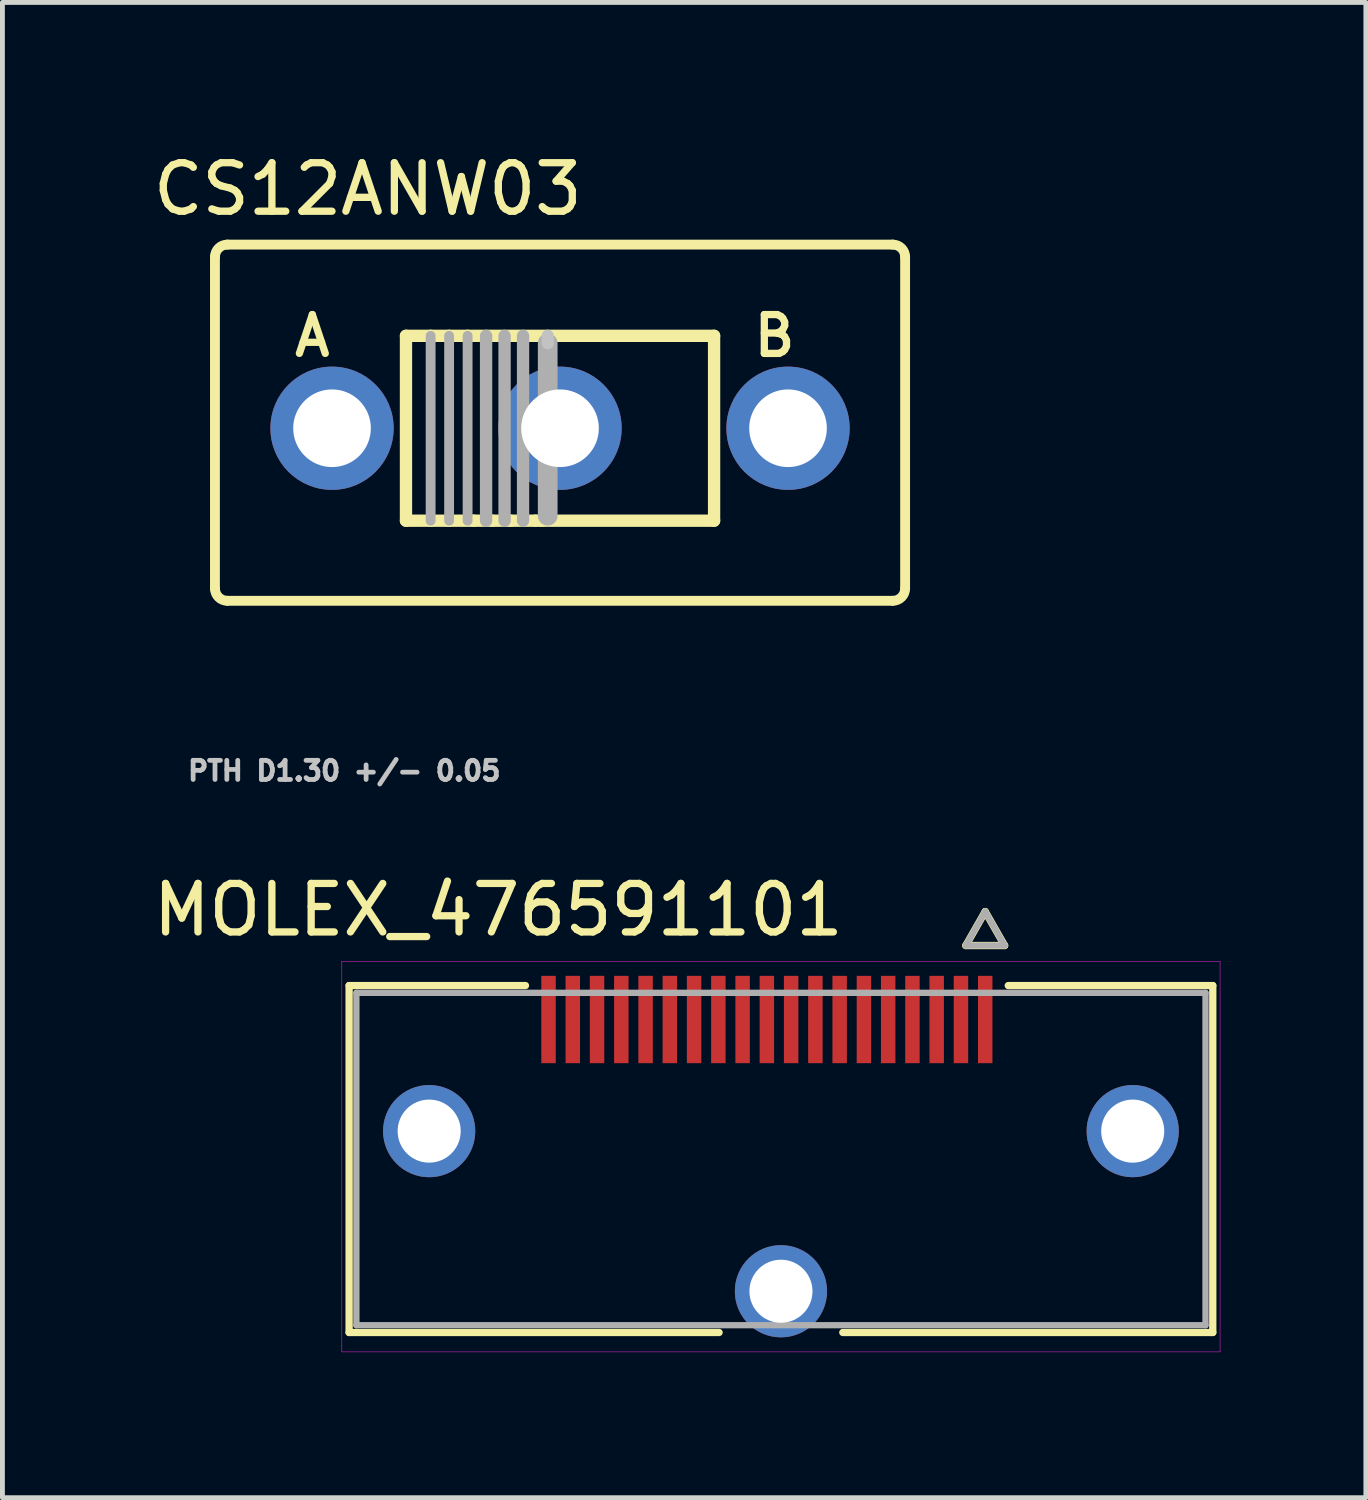
<source format=kicad_pcb>
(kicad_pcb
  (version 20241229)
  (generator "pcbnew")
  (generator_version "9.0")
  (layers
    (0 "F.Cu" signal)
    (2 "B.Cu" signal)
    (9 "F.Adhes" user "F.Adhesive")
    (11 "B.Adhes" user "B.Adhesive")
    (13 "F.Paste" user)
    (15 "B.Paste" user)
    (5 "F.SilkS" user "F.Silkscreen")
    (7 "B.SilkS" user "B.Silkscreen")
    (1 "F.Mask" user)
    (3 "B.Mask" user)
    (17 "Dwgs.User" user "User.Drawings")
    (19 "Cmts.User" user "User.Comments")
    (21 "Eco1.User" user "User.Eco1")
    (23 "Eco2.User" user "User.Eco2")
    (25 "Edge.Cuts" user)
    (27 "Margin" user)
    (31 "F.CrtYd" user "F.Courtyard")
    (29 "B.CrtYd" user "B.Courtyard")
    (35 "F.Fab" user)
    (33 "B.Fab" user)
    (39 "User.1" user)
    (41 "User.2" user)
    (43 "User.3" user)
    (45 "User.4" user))
  (footprint "MOLEX_476591101"
    (layer "F.Cu")
    (at 13.045 20.837)
    (property "Reference" "MOLEX_476591101" (at -5.825 -5.135 0) (layer "F.SilkS") (effects (font (size 1 1) (thickness 0.15))))
    (attr smd)
    (fp_circle (center -7.25 -0.575) (end -6.743 -0.575) (stroke (width 1.014) (type solid)) (fill no) (layer "F.Mask"))
    (fp_circle (center 0 2.725) (end 0.507 2.725) (stroke (width 1.014) (type solid)) (fill no) (layer "F.Mask"))
    (fp_circle (center 7.25 -0.575) (end 7.757 -0.575) (stroke (width 1.014) (type solid)) (fill no) (layer "F.Mask"))
    (fp_poly (pts (xy -5.003 -3.838) (xy -4.577 -3.838) (xy -4.577 -1.911) (xy -5.003 -1.911)) (stroke (width 0.01) (type solid)) (fill yes) (layer "F.Mask"))
    (fp_poly (pts (xy -4.503 -3.838) (xy -4.077 -3.838) (xy -4.077 -1.911) (xy -4.503 -1.911)) (stroke (width 0.01) (type solid)) (fill yes) (layer "F.Mask"))
    (fp_poly (pts (xy -4.003 -3.838) (xy -3.578 -3.838) (xy -3.578 -1.911) (xy -4.003 -1.911)) (stroke (width 0.01) (type solid)) (fill yes) (layer "F.Mask"))
    (fp_poly (pts (xy -3.502 -3.838) (xy -3.078 -3.838) (xy -3.078 -1.911) (xy -3.502 -1.911)) (stroke (width 0.01) (type solid)) (fill yes) (layer "F.Mask"))
    (fp_poly (pts (xy -3.002 -3.838) (xy -2.578 -3.838) (xy -2.578 -1.911) (xy -3.002 -1.911)) (stroke (width 0.01) (type solid)) (fill yes) (layer "F.Mask"))
    (fp_poly (pts (xy -2.502 -3.838) (xy -2.078 -3.838) (xy -2.078 -1.911) (xy -2.502 -1.911)) (stroke (width 0.01) (type solid)) (fill yes) (layer "F.Mask"))
    (fp_poly (pts (xy -2.002 -3.838) (xy -1.577 -3.838) (xy -1.577 -1.911) (xy -2.002 -1.911)) (stroke (width 0.01) (type solid)) (fill yes) (layer "F.Mask"))
    (fp_poly (pts (xy -1.502 -3.838) (xy -1.077 -3.838) (xy -1.077 -1.911) (xy -1.502 -1.911)) (stroke (width 0.01) (type solid)) (fill yes) (layer "F.Mask"))
    (fp_poly (pts (xy -1.002 -3.838) (xy -0.578 -3.838) (xy -0.578 -1.911) (xy -1.002 -1.911)) (stroke (width 0.01) (type solid)) (fill yes) (layer "F.Mask"))
    (fp_poly (pts (xy -0.502 -3.838) (xy -0.077 -3.838) (xy -0.077 -1.911) (xy -0.502 -1.911)) (stroke (width 0.01) (type solid)) (fill yes) (layer "F.Mask"))
    (fp_poly (pts (xy -0.003 -3.838) (xy 0.422 -3.838) (xy 0.422 -1.911) (xy -0.003 -1.911)) (stroke (width 0.01) (type solid)) (fill yes) (layer "F.Mask"))
    (fp_poly (pts (xy 0.497 -3.838) (xy 0.922 -3.838) (xy 0.922 -1.911) (xy 0.497 -1.911)) (stroke (width 0.01) (type solid)) (fill yes) (layer "F.Mask"))
    (fp_poly (pts (xy 0.998 -3.838) (xy 1.423 -3.838) (xy 1.423 -1.911) (xy 0.998 -1.911)) (stroke (width 0.01) (type solid)) (fill yes) (layer "F.Mask"))
    (fp_poly (pts (xy 1.498 -3.838) (xy 1.923 -3.838) (xy 1.923 -1.911) (xy 1.498 -1.911)) (stroke (width 0.01) (type solid)) (fill yes) (layer "F.Mask"))
    (fp_poly (pts (xy 1.998 -3.838) (xy 2.422 -3.838) (xy 2.422 -1.911) (xy 1.998 -1.911)) (stroke (width 0.01) (type solid)) (fill yes) (layer "F.Mask"))
    (fp_poly (pts (xy 2.498 -3.838) (xy 2.922 -3.838) (xy 2.922 -1.911) (xy 2.498 -1.911)) (stroke (width 0.01) (type solid)) (fill yes) (layer "F.Mask"))
    (fp_poly (pts (xy 2.998 -3.838) (xy 3.422 -3.838) (xy 3.422 -1.911) (xy 2.998 -1.911)) (stroke (width 0.01) (type solid)) (fill yes) (layer "F.Mask"))
    (fp_poly (pts (xy 3.498 -3.838) (xy 3.922 -3.838) (xy 3.922 -1.911) (xy 3.498 -1.911)) (stroke (width 0.01) (type solid)) (fill yes) (layer "F.Mask"))
    (fp_poly (pts (xy 3.998 -3.838) (xy 4.423 -3.838) (xy 4.423 -1.911) (xy 3.998 -1.911)) (stroke (width 0.01) (type solid)) (fill yes) (layer "F.Mask"))
    (fp_circle (center -7.25 -0.575) (end -6.743 -0.575) (stroke (width 1.014) (type solid)) (fill no) (layer "B.Mask"))
    (fp_circle (center 0 2.725) (end 0.507 2.725) (stroke (width 1.014) (type solid)) (fill no) (layer "B.Mask"))
    (fp_circle (center 7.25 -0.575) (end 7.757 -0.575) (stroke (width 1.014) (type solid)) (fill no) (layer "B.Mask"))
    (fp_line (start -8.9 -3.575) (end -8.9 3.575) (stroke (width 0.15) (type solid)) (layer "F.SilkS"))
    (fp_line (start -8.9 3.575) (end -1.275 3.575) (stroke (width 0.15) (type solid)) (layer "F.SilkS"))
    (fp_line (start -5.265 -3.575) (end -8.9 -3.575) (stroke (width 0.15) (type solid)) (layer "F.SilkS"))
    (fp_line (start 1.275 3.575) (end 8.9 3.575) (stroke (width 0.15) (type solid)) (layer "F.SilkS"))
    (fp_line (start 3.81 -4.4) (end 4.61 -4.4) (stroke (width 0.15) (type solid)) (layer "F.SilkS"))
    (fp_line (start 4.21 -5.1) (end 3.81 -4.4) (stroke (width 0.15) (type solid)) (layer "F.SilkS"))
    (fp_line (start 4.61 -4.4) (end 4.21 -5.1) (stroke (width 0.15) (type solid)) (layer "F.SilkS"))
    (fp_line (start 8.9 -3.575) (end 4.685 -3.575) (stroke (width 0.15) (type solid)) (layer "F.SilkS"))
    (fp_line (start 8.9 3.575) (end 8.9 -3.575) (stroke (width 0.15) (type solid)) (layer "F.SilkS"))
    (fp_line (start -9.05 -4.075) (end -9.05 3.975) (stroke (width 0.01) (type solid)) (layer "F.CrtYd"))
    (fp_line (start -9.05 3.975) (end 9.05 3.975) (stroke (width 0.01) (type solid)) (layer "F.CrtYd"))
    (fp_line (start 9.05 -4.075) (end -9.05 -4.075) (stroke (width 0.01) (type solid)) (layer "F.CrtYd"))
    (fp_line (start 9.05 3.975) (end 9.05 -4.075) (stroke (width 0.01) (type solid)) (layer "F.CrtYd"))
    (fp_line (start -8.75 -3.425) (end -8.75 3.425) (stroke (width 0.13) (type solid)) (layer "F.Fab"))
    (fp_line (start -8.75 3.425) (end 8.75 3.425) (stroke (width 0.13) (type solid)) (layer "F.Fab"))
    (fp_line (start 3.81 -4.4) (end 4.61 -4.4) (stroke (width 0.13) (type solid)) (layer "F.Fab"))
    (fp_line (start 4.21 -5.1) (end 3.81 -4.4) (stroke (width 0.13) (type solid)) (layer "F.Fab"))
    (fp_line (start 4.61 -4.4) (end 4.21 -5.1) (stroke (width 0.13) (type solid)) (layer "F.Fab"))
    (fp_line (start 8.75 -3.425) (end -8.75 -3.425) (stroke (width 0.13) (type solid)) (layer "F.Fab"))
    (fp_line (start 8.75 3.425) (end 8.75 -3.425) (stroke (width 0.13) (type solid)) (layer "F.Fab"))
    (fp_text user "PTH D1.30 +/- 0.05" (at -9 -8 0) (layer "Dwgs.User") (effects (font (size 0.394 0.394) (thickness 0.15))))
    (pad "1" smd rect (at 4.21 -2.875) (size 0.298 1.8) (layers "F.Cu" "F.Paste"))
    (pad "2" smd rect (at 3.71 -2.875) (size 0.298 1.8) (layers "F.Cu" "F.Paste"))
    (pad "3" smd rect (at 3.21 -2.875) (size 0.298 1.8) (layers "F.Cu" "F.Paste"))
    (pad "4" smd rect (at 2.71 -2.875) (size 0.298 1.8) (layers "F.Cu" "F.Paste"))
    (pad "5" smd rect (at 2.21 -2.875) (size 0.298 1.8) (layers "F.Cu" "F.Paste"))
    (pad "6" smd rect (at 1.71 -2.875) (size 0.298 1.8) (layers "F.Cu" "F.Paste"))
    (pad "7" smd rect (at 1.21 -2.875) (size 0.298 1.8) (layers "F.Cu" "F.Paste"))
    (pad "8" smd rect (at 0.71 -2.875) (size 0.298 1.8) (layers "F.Cu" "F.Paste"))
    (pad "9" smd rect (at 0.21 -2.875) (size 0.298 1.8) (layers "F.Cu" "F.Paste"))
    (pad "10" smd rect (at -0.29 -2.875) (size 0.298 1.8) (layers "F.Cu" "F.Paste"))
    (pad "11" smd rect (at -0.79 -2.875) (size 0.298 1.8) (layers "F.Cu" "F.Paste"))
    (pad "12" smd rect (at -1.29 -2.875) (size 0.298 1.8) (layers "F.Cu" "F.Paste"))
    (pad "13" smd rect (at -1.79 -2.875) (size 0.298 1.8) (layers "F.Cu" "F.Paste"))
    (pad "14" smd rect (at -2.29 -2.875) (size 0.298 1.8) (layers "F.Cu" "F.Paste"))
    (pad "15" smd rect (at -2.79 -2.875) (size 0.298 1.8) (layers "F.Cu" "F.Paste"))
    (pad "16" smd rect (at -3.29 -2.875) (size 0.298 1.8) (layers "F.Cu" "F.Paste"))
    (pad "17" smd rect (at -3.79 -2.875) (size 0.298 1.8) (layers "F.Cu" "F.Paste"))
    (pad "18" smd rect (at -4.29 -2.875) (size 0.298 1.8) (layers "F.Cu" "F.Paste"))
    (pad "19" smd rect (at -4.79 -2.875) (size 0.298 1.8) (layers "F.Cu" "F.Paste"))
    (pad "SH1" thru_hole circle (at -7.25 -0.575) (size 1.9 1.9) (drill 1.3) (layers "*.Cu"))
    (pad "SH2" thru_hole circle (at 0 2.725) (size 1.9 1.9) (drill 1.3) (layers "*.Cu"))
    (pad "SH3" thru_hole circle (at 7.25 -0.575) (size 1.9 1.9) (drill 1.3) (layers "*.Cu")))
  (footprint "CS12ANW03"
    (layer "F.Cu")
    (at 8.467 5.776)
    (property "Reference" "CS12ANW03" (at -3.937 -4.928 0) (layer "F.SilkS") (effects (font (size 1 1) (thickness 0.15))))
    (attr through_hole)
    (fp_line (start -7.087 -3.531) (end -7.087 3.302) (stroke (width 0.203) (type solid)) (layer "F.SilkS"))
    (fp_line (start -6.833 -3.785) (end 6.883 -3.785) (stroke (width 0.203) (type solid)) (layer "F.SilkS"))
    (fp_line (start -3.15 -1.905) (end -2.642 -1.905) (stroke (width 0.254) (type solid)) (layer "F.SilkS"))
    (fp_line (start -3.15 1.905) (end -3.15 -1.905) (stroke (width 0.254) (type solid)) (layer "F.SilkS"))
    (fp_line (start -3.15 1.905) (end -2.642 1.905) (stroke (width 0.254) (type solid)) (layer "F.SilkS"))
    (fp_line (start -2.642 -1.905) (end -2.261 -1.905) (stroke (width 0.254) (type solid)) (layer "F.SilkS"))
    (fp_line (start -2.642 1.905) (end -2.261 1.905) (stroke (width 0.254) (type solid)) (layer "F.SilkS"))
    (fp_line (start -2.261 -1.905) (end -1.88 -1.905) (stroke (width 0.254) (type solid)) (layer "F.SilkS"))
    (fp_line (start -2.261 1.905) (end -1.753 1.905) (stroke (width 0.254) (type solid)) (layer "F.SilkS"))
    (fp_line (start -1.88 -1.905) (end 3.2 -1.905) (stroke (width 0.254) (type solid)) (layer "F.SilkS"))
    (fp_line (start -1.753 1.905) (end -1.372 1.905) (stroke (width 0.254) (type solid)) (layer "F.SilkS"))
    (fp_line (start -1.372 1.905) (end -0.991 1.905) (stroke (width 0.254) (type solid)) (layer "F.SilkS"))
    (fp_line (start -0.991 1.905) (end -0.483 1.905) (stroke (width 0.254) (type solid)) (layer "F.SilkS"))
    (fp_line (start -0.483 1.905) (end -0.356 1.905) (stroke (width 0.254) (type solid)) (layer "F.SilkS"))
    (fp_line (start -0.356 1.905) (end 3.2 1.905) (stroke (width 0.254) (type solid)) (layer "F.SilkS"))
    (fp_line (start 3.2 1.905) (end 3.2 -1.905) (stroke (width 0.254) (type solid)) (layer "F.SilkS"))
    (fp_line (start 6.883 3.556) (end -6.833 3.556) (stroke (width 0.203) (type solid)) (layer "F.SilkS"))
    (fp_line (start 7.137 -3.531) (end 7.137 3.302) (stroke (width 0.203) (type solid)) (layer "F.SilkS"))
    (fp_arc (start -7.0866 -3.5306) (mid -7.012205 -3.710205) (end -6.8326 -3.7846) (stroke (width 0.2032) (type solid)) (layer "F.SilkS"))
    (fp_arc (start -6.8326 3.556) (mid -7.012205 3.481605) (end -7.0866 3.302) (stroke (width 0.2032) (type solid)) (layer "F.SilkS"))
    (fp_arc (start 6.8834 -3.7846) (mid 7.063005 -3.710205) (end 7.1374 -3.5306) (stroke (width 0.2032) (type solid)) (layer "F.SilkS"))
    (fp_arc (start 7.1374 3.302) (mid 7.063005 3.481605) (end 6.8834 3.556) (stroke (width 0.2032) (type solid)) (layer "F.SilkS"))
    (fp_line (start -0.229 -1.905) (end -0.229 -1.753) (stroke (width 0.254) (type solid)) (layer "Dwgs.User"))
    (fp_line (start -2.642 -1.905) (end -2.642 1.905) (stroke (width 0.203) (type solid)) (layer "F.Fab"))
    (fp_line (start -2.261 -1.905) (end -2.261 1.905) (stroke (width 0.203) (type solid)) (layer "F.Fab"))
    (fp_line (start -1.88 -1.905) (end -1.88 1.905) (stroke (width 0.203) (type solid)) (layer "F.Fab"))
    (fp_line (start -1.499 -1.905) (end -1.499 1.905) (stroke (width 0.254) (type solid)) (layer "F.Fab"))
    (fp_line (start -1.118 -1.905) (end -1.118 1.905) (stroke (width 0.254) (type solid)) (layer "F.Fab"))
    (fp_line (start -0.737 -1.905) (end -0.737 1.905) (stroke (width 0.254) (type solid)) (layer "F.Fab"))
    (fp_line (start -0.229 -1.753) (end -0.229 1.803) (stroke (width 0.406) (type solid)) (layer "F.Fab"))
    (fp_text user "B" (at 4.445 -1.905 0) (layer "F.SilkS") (effects (font (size 0.8 0.8) (thickness 0.15))))
    (fp_text user "A" (at -5.08 -1.905 0) (layer "F.SilkS") (effects (font (size 0.8 0.8) (thickness 0.15))))
    (pad "A" thru_hole circle (at -4.674 0) (size 2.54 2.54) (drill 1.6) (layers "*.Cu" "*.Mask"))
    (pad "B" thru_hole circle (at 4.724 0) (size 2.54 2.54) (drill 1.6) (layers "*.Cu" "*.Mask"))
    (pad "C" thru_hole circle (at 0.025 0) (size 2.54 2.54) (drill 1.6) (layers "*.Cu" "*.Mask")))
  (gr_rect
    (start -3 -3)
    (end 25.1 27.817)
    (stroke (width 0.1) (type default))
    (fill no)
    (layer "Edge.Cuts")))
</source>
